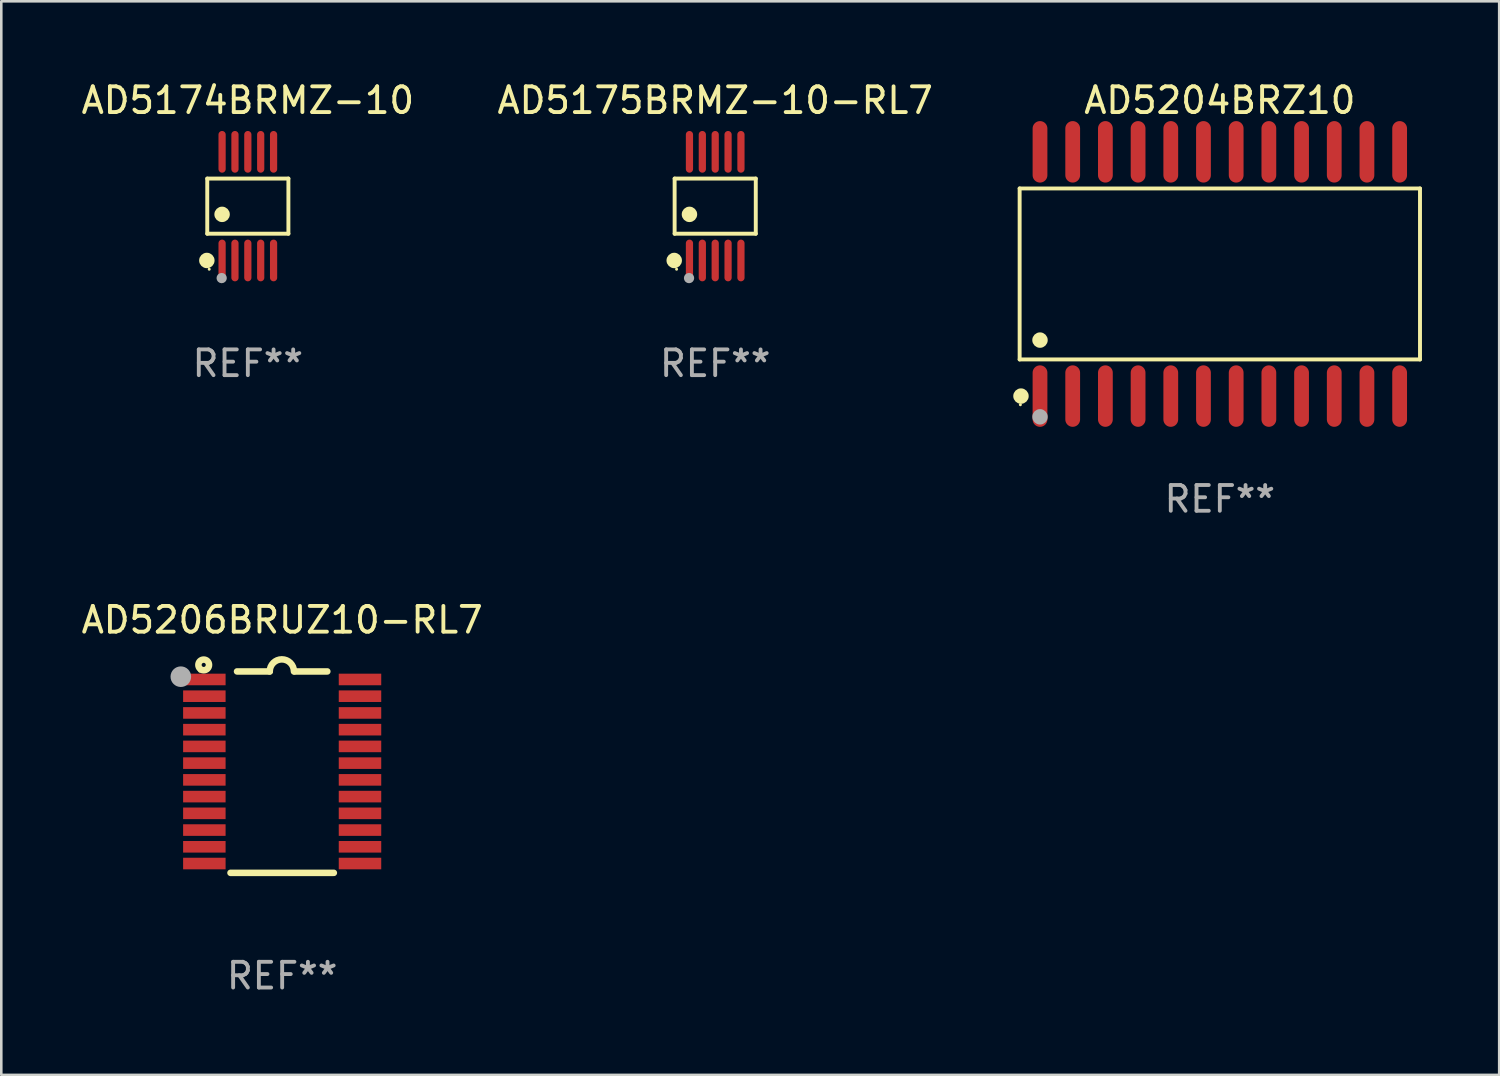
<source format=kicad_pcb>
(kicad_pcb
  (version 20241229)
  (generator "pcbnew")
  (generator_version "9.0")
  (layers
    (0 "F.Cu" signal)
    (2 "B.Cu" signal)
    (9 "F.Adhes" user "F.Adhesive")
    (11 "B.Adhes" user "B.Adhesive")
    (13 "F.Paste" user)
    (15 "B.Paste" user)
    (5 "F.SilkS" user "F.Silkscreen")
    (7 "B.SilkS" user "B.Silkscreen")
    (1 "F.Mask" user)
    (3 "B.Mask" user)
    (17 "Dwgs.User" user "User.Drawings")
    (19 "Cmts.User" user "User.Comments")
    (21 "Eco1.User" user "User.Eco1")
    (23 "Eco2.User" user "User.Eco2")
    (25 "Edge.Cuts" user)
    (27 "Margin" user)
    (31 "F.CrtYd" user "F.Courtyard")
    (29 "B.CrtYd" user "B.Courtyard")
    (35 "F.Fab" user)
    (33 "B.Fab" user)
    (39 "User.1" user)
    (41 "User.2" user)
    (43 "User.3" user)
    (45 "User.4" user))
  (footprint "AD5174BRMZ-10"
    (layer "F.Cu")
    (at 6.577 4.958)
    (property "Reference" "AD5174BRMZ-10" (at 0 -4.11 0) (layer "F.SilkS") (effects (font (size 1 1) (thickness 0.15))))
    (attr through_hole)
    (fp_line (start -1.576 -1.071) (end 1.576 -1.071) (stroke (width 0.152) (type solid)) (layer "F.SilkS"))
    (fp_line (start -1.576 1.071) (end -1.576 -1.071) (stroke (width 0.152) (type solid)) (layer "F.SilkS"))
    (fp_line (start 1.576 -1.071) (end 1.576 1.071) (stroke (width 0.152) (type solid)) (layer "F.SilkS"))
    (fp_line (start 1.576 1.071) (end -1.576 1.071) (stroke (width 0.152) (type solid)) (layer "F.SilkS"))
    (fp_circle (center -1.592 2.11) (end -1.442 2.11) (stroke (width 0.3) (type solid)) (fill no) (layer "F.SilkS"))
    (fp_circle (center -1.5 2.45) (end -1.47 2.45) (stroke (width 0.06) (type solid)) (fill no) (layer "F.SilkS"))
    (fp_circle (center -1 0.319) (end -0.85 0.319) (stroke (width 0.3) (type solid)) (fill no) (layer "F.SilkS"))
    (fp_circle (center -1.016 2.794) (end -0.916 2.794) (stroke (width 0.2) (type solid)) (fill no) (layer "F.Fab"))
    (fp_text user "REF**" (at 0 6.11 0) (layer "F.Fab") (effects (font (size 1 1) (thickness 0.15))))
    (pad "1" smd oval (at -1 2.11) (size 0.28 1.62) (layers "F.Cu" "F.Mask" "F.Paste"))
    (pad "2" smd oval (at -0.5 2.11) (size 0.28 1.62) (layers "F.Cu" "F.Mask" "F.Paste"))
    (pad "3" smd oval (at 0 2.11) (size 0.28 1.62) (layers "F.Cu" "F.Mask" "F.Paste"))
    (pad "4" smd oval (at 0.5 2.11) (size 0.28 1.62) (layers "F.Cu" "F.Mask" "F.Paste"))
    (pad "5" smd oval (at 1 2.11) (size 0.28 1.62) (layers "F.Cu" "F.Mask" "F.Paste"))
    (pad "6" smd oval (at 1 -2.11) (size 0.28 1.62) (layers "F.Cu" "F.Mask" "F.Paste"))
    (pad "7" smd oval (at 0.5 -2.11) (size 0.28 1.62) (layers "F.Cu" "F.Mask" "F.Paste"))
    (pad "8" smd oval (at 0 -2.11) (size 0.28 1.62) (layers "F.Cu" "F.Mask" "F.Paste"))
    (pad "9" smd oval (at -0.5 -2.11) (size 0.28 1.62) (layers "F.Cu" "F.Mask" "F.Paste"))
    (pad "10" smd oval (at -1 -2.11) (size 0.28 1.62) (layers "F.Cu" "F.Mask" "F.Paste")))
  (footprint "AD5175BRMZ-10-RL7"
    (layer "F.Cu")
    (at 24.732 4.958)
    (property "Reference" "AD5175BRMZ-10-RL7" (at 0 -4.11 0) (layer "F.SilkS") (effects (font (size 1 1) (thickness 0.15))))
    (attr through_hole)
    (fp_line (start -1.576 -1.071) (end 1.576 -1.071) (stroke (width 0.152) (type solid)) (layer "F.SilkS"))
    (fp_line (start -1.576 1.071) (end -1.576 -1.071) (stroke (width 0.152) (type solid)) (layer "F.SilkS"))
    (fp_line (start 1.576 -1.071) (end 1.576 1.071) (stroke (width 0.152) (type solid)) (layer "F.SilkS"))
    (fp_line (start 1.576 1.071) (end -1.576 1.071) (stroke (width 0.152) (type solid)) (layer "F.SilkS"))
    (fp_circle (center -1.592 2.11) (end -1.442 2.11) (stroke (width 0.3) (type solid)) (fill no) (layer "F.SilkS"))
    (fp_circle (center -1.5 2.45) (end -1.47 2.45) (stroke (width 0.06) (type solid)) (fill no) (layer "F.SilkS"))
    (fp_circle (center -1 0.319) (end -0.85 0.319) (stroke (width 0.3) (type solid)) (fill no) (layer "F.SilkS"))
    (fp_circle (center -1.016 2.794) (end -0.916 2.794) (stroke (width 0.2) (type solid)) (fill no) (layer "F.Fab"))
    (fp_text user "REF**" (at 0 6.11 0) (layer "F.Fab") (effects (font (size 1 1) (thickness 0.15))))
    (pad "1" smd oval (at -1 2.11) (size 0.28 1.62) (layers "F.Cu" "F.Mask" "F.Paste"))
    (pad "2" smd oval (at -0.5 2.11) (size 0.28 1.62) (layers "F.Cu" "F.Mask" "F.Paste"))
    (pad "3" smd oval (at 0 2.11) (size 0.28 1.62) (layers "F.Cu" "F.Mask" "F.Paste"))
    (pad "4" smd oval (at 0.5 2.11) (size 0.28 1.62) (layers "F.Cu" "F.Mask" "F.Paste"))
    (pad "5" smd oval (at 1 2.11) (size 0.28 1.62) (layers "F.Cu" "F.Mask" "F.Paste"))
    (pad "6" smd oval (at 1 -2.11) (size 0.28 1.62) (layers "F.Cu" "F.Mask" "F.Paste"))
    (pad "7" smd oval (at 0.5 -2.11) (size 0.28 1.62) (layers "F.Cu" "F.Mask" "F.Paste"))
    (pad "8" smd oval (at 0 -2.11) (size 0.28 1.62) (layers "F.Cu" "F.Mask" "F.Paste"))
    (pad "9" smd oval (at -0.5 -2.11) (size 0.28 1.62) (layers "F.Cu" "F.Mask" "F.Paste"))
    (pad "10" smd oval (at -1 -2.11) (size 0.28 1.62) (layers "F.Cu" "F.Mask" "F.Paste")))
  (footprint "AD5204BRZ10"
    (layer "F.Cu")
    (at 44.334 7.592)
    (property "Reference" "AD5204BRZ10" (at 0 -6.744 0) (layer "F.SilkS") (effects (font (size 1 1) (thickness 0.15))))
    (attr through_hole)
    (fp_line (start -7.776 -3.321) (end 7.776 -3.321) (stroke (width 0.152) (type solid)) (layer "F.SilkS"))
    (fp_line (start -7.776 3.321) (end -7.776 -3.321) (stroke (width 0.152) (type solid)) (layer "F.SilkS"))
    (fp_line (start 7.776 -3.321) (end 7.776 3.321) (stroke (width 0.152) (type solid)) (layer "F.SilkS"))
    (fp_line (start 7.776 3.321) (end -7.776 3.321) (stroke (width 0.152) (type solid)) (layer "F.SilkS"))
    (fp_circle (center -7.747 5.08) (end -7.717 5.08) (stroke (width 0.06) (type solid)) (fill no) (layer "F.SilkS"))
    (fp_circle (center -7.724 4.744) (end -7.574 4.744) (stroke (width 0.3) (type solid)) (fill no) (layer "F.SilkS"))
    (fp_circle (center -6.985 2.569) (end -6.835 2.569) (stroke (width 0.3) (type solid)) (fill no) (layer "F.SilkS"))
    (fp_circle (center -6.985 5.55) (end -6.835 5.55) (stroke (width 0.3) (type solid)) (fill no) (layer "F.Fab"))
    (fp_text user "REF**" (at 0 8.744 0) (layer "F.Fab") (effects (font (size 1 1) (thickness 0.15))))
    (pad "1" smd oval (at -6.985 4.744) (size 0.574 2.388) (layers "F.Cu" "F.Mask" "F.Paste"))
    (pad "2" smd oval (at -5.715 4.744) (size 0.574 2.388) (layers "F.Cu" "F.Mask" "F.Paste"))
    (pad "3" smd oval (at -4.445 4.744) (size 0.574 2.388) (layers "F.Cu" "F.Mask" "F.Paste"))
    (pad "4" smd oval (at -3.175 4.744) (size 0.574 2.388) (layers "F.Cu" "F.Mask" "F.Paste"))
    (pad "5" smd oval (at -1.905 4.744) (size 0.574 2.388) (layers "F.Cu" "F.Mask" "F.Paste"))
    (pad "6" smd oval (at -0.635 4.744) (size 0.574 2.388) (layers "F.Cu" "F.Mask" "F.Paste"))
    (pad "7" smd oval (at 0.635 4.744) (size 0.574 2.388) (layers "F.Cu" "F.Mask" "F.Paste"))
    (pad "8" smd oval (at 1.905 4.744) (size 0.574 2.388) (layers "F.Cu" "F.Mask" "F.Paste"))
    (pad "9" smd oval (at 3.175 4.744) (size 0.574 2.388) (layers "F.Cu" "F.Mask" "F.Paste"))
    (pad "10" smd oval (at 4.445 4.744) (size 0.574 2.388) (layers "F.Cu" "F.Mask" "F.Paste"))
    (pad "11" smd oval (at 5.715 4.744) (size 0.574 2.388) (layers "F.Cu" "F.Mask" "F.Paste"))
    (pad "12" smd oval (at 6.985 4.744) (size 0.574 2.388) (layers "F.Cu" "F.Mask" "F.Paste"))
    (pad "13" smd oval (at 6.985 -4.744) (size 0.574 2.388) (layers "F.Cu" "F.Mask" "F.Paste"))
    (pad "14" smd oval (at 5.715 -4.744) (size 0.574 2.388) (layers "F.Cu" "F.Mask" "F.Paste"))
    (pad "15" smd oval (at 4.445 -4.744) (size 0.574 2.388) (layers "F.Cu" "F.Mask" "F.Paste"))
    (pad "16" smd oval (at 3.175 -4.744) (size 0.574 2.388) (layers "F.Cu" "F.Mask" "F.Paste"))
    (pad "17" smd oval (at 1.905 -4.744) (size 0.574 2.388) (layers "F.Cu" "F.Mask" "F.Paste"))
    (pad "18" smd oval (at 0.635 -4.744) (size 0.574 2.388) (layers "F.Cu" "F.Mask" "F.Paste"))
    (pad "19" smd oval (at -0.635 -4.744) (size 0.574 2.388) (layers "F.Cu" "F.Mask" "F.Paste"))
    (pad "20" smd oval (at -1.905 -4.744) (size 0.574 2.388) (layers "F.Cu" "F.Mask" "F.Paste"))
    (pad "21" smd oval (at -3.175 -4.744) (size 0.574 2.388) (layers "F.Cu" "F.Mask" "F.Paste"))
    (pad "22" smd oval (at -4.445 -4.744) (size 0.574 2.388) (layers "F.Cu" "F.Mask" "F.Paste"))
    (pad "23" smd oval (at -5.715 -4.744) (size 0.574 2.388) (layers "F.Cu" "F.Mask" "F.Paste"))
    (pad "24" smd oval (at -6.985 -4.744) (size 0.574 2.388) (layers "F.Cu" "F.Mask" "F.Paste")))
  (footprint "AD5206BRUZ10-RL7"
    (layer "F.Cu")
    (at 7.911 26.944)
    (property "Reference" "AD5206BRUZ10-RL7" (at 0 -5.912 0) (layer "F.SilkS") (effects (font (size 1 1) (thickness 0.15))))
    (attr through_hole)
    (fp_line (start -1.753 -3.912) (end -0.483 -3.912) (stroke (width 0.254) (type solid)) (layer "F.SilkS"))
    (fp_line (start 0.483 -3.912) (end 1.753 -3.912) (stroke (width 0.254) (type solid)) (layer "F.SilkS"))
    (fp_line (start 2.007 3.912) (end -2.007 3.912) (stroke (width 0.254) (type solid)) (layer "F.SilkS"))
    (fp_arc (start -0.482626 -3.911608) (mid -0.012725 -4.381509) (end 0.457176 -3.911608) (stroke (width 0.254001) (type solid)) (layer "F.SilkS"))
    (fp_circle (center -3.2 -3.925) (end -3.17 -3.925) (stroke (width 0.06) (type solid)) (fill no) (layer "F.SilkS"))
    (fp_circle (center -3.048 -4.166) (end -2.968 -4.166) (stroke (width 0.254) (type solid)) (fill no) (layer "F.SilkS"))
    (fp_circle (center -3.937 -3.708) (end -3.737 -3.708) (stroke (width 0.4) (type solid)) (fill no) (layer "F.Fab"))
    (fp_text user "REF**" (at 0 7.912 0) (layer "F.Fab") (effects (font (size 1 1) (thickness 0.15))))
    (pad "1" smd rect (at -3.023 -3.6) (size 1.65 0.45) (layers "F.Cu" "F.Mask" "F.Paste"))
    (pad "2" smd rect (at -3.023 -2.95) (size 1.65 0.45) (layers "F.Cu" "F.Mask" "F.Paste"))
    (pad "3" smd rect (at -3.023 -2.3) (size 1.65 0.45) (layers "F.Cu" "F.Mask" "F.Paste"))
    (pad "4" smd rect (at -3.023 -1.65) (size 1.65 0.45) (layers "F.Cu" "F.Mask" "F.Paste"))
    (pad "5" smd rect (at -3.023 -1) (size 1.65 0.45) (layers "F.Cu" "F.Mask" "F.Paste"))
    (pad "6" smd rect (at -3.023 -0.35) (size 1.65 0.45) (layers "F.Cu" "F.Mask" "F.Paste"))
    (pad "7" smd rect (at -3.023 0.3) (size 1.65 0.45) (layers "F.Cu" "F.Mask" "F.Paste"))
    (pad "8" smd rect (at -3.023 0.95) (size 1.65 0.45) (layers "F.Cu" "F.Mask" "F.Paste"))
    (pad "9" smd rect (at -3.023 1.6) (size 1.65 0.45) (layers "F.Cu" "F.Mask" "F.Paste"))
    (pad "10" smd rect (at -3.023 2.25) (size 1.65 0.45) (layers "F.Cu" "F.Mask" "F.Paste"))
    (pad "11" smd rect (at -3.023 2.9) (size 1.65 0.45) (layers "F.Cu" "F.Mask" "F.Paste"))
    (pad "12" smd rect (at -3.023 3.55) (size 1.65 0.45) (layers "F.Cu" "F.Mask" "F.Paste"))
    (pad "13" smd rect (at 3.023 3.55) (size 1.65 0.45) (layers "F.Cu" "F.Mask" "F.Paste"))
    (pad "14" smd rect (at 3.023 2.9) (size 1.65 0.45) (layers "F.Cu" "F.Mask" "F.Paste"))
    (pad "15" smd rect (at 3.023 2.25) (size 1.65 0.45) (layers "F.Cu" "F.Mask" "F.Paste"))
    (pad "16" smd rect (at 3.023 1.6) (size 1.65 0.45) (layers "F.Cu" "F.Mask" "F.Paste"))
    (pad "17" smd rect (at 3.023 0.95) (size 1.65 0.45) (layers "F.Cu" "F.Mask" "F.Paste"))
    (pad "18" smd rect (at 3.023 0.3) (size 1.65 0.45) (layers "F.Cu" "F.Mask" "F.Paste"))
    (pad "19" smd rect (at 3.023 -0.35) (size 1.65 0.45) (layers "F.Cu" "F.Mask" "F.Paste"))
    (pad "20" smd rect (at 3.023 -1) (size 1.65 0.45) (layers "F.Cu" "F.Mask" "F.Paste"))
    (pad "21" smd rect (at 3.023 -1.65) (size 1.65 0.45) (layers "F.Cu" "F.Mask" "F.Paste"))
    (pad "22" smd rect (at 3.023 -2.3) (size 1.65 0.45) (layers "F.Cu" "F.Mask" "F.Paste"))
    (pad "23" smd rect (at 3.023 -2.95) (size 1.65 0.45) (layers "F.Cu" "F.Mask" "F.Paste"))
    (pad "24" smd rect (at 3.023 -3.6) (size 1.65 0.45) (layers "F.Cu" "F.Mask" "F.Paste")))
  (gr_rect
    (start -3 -3)
    (end 55.186 38.704)
    (stroke (width 0.1) (type default))
    (fill no)
    (layer "Edge.Cuts")))
</source>
